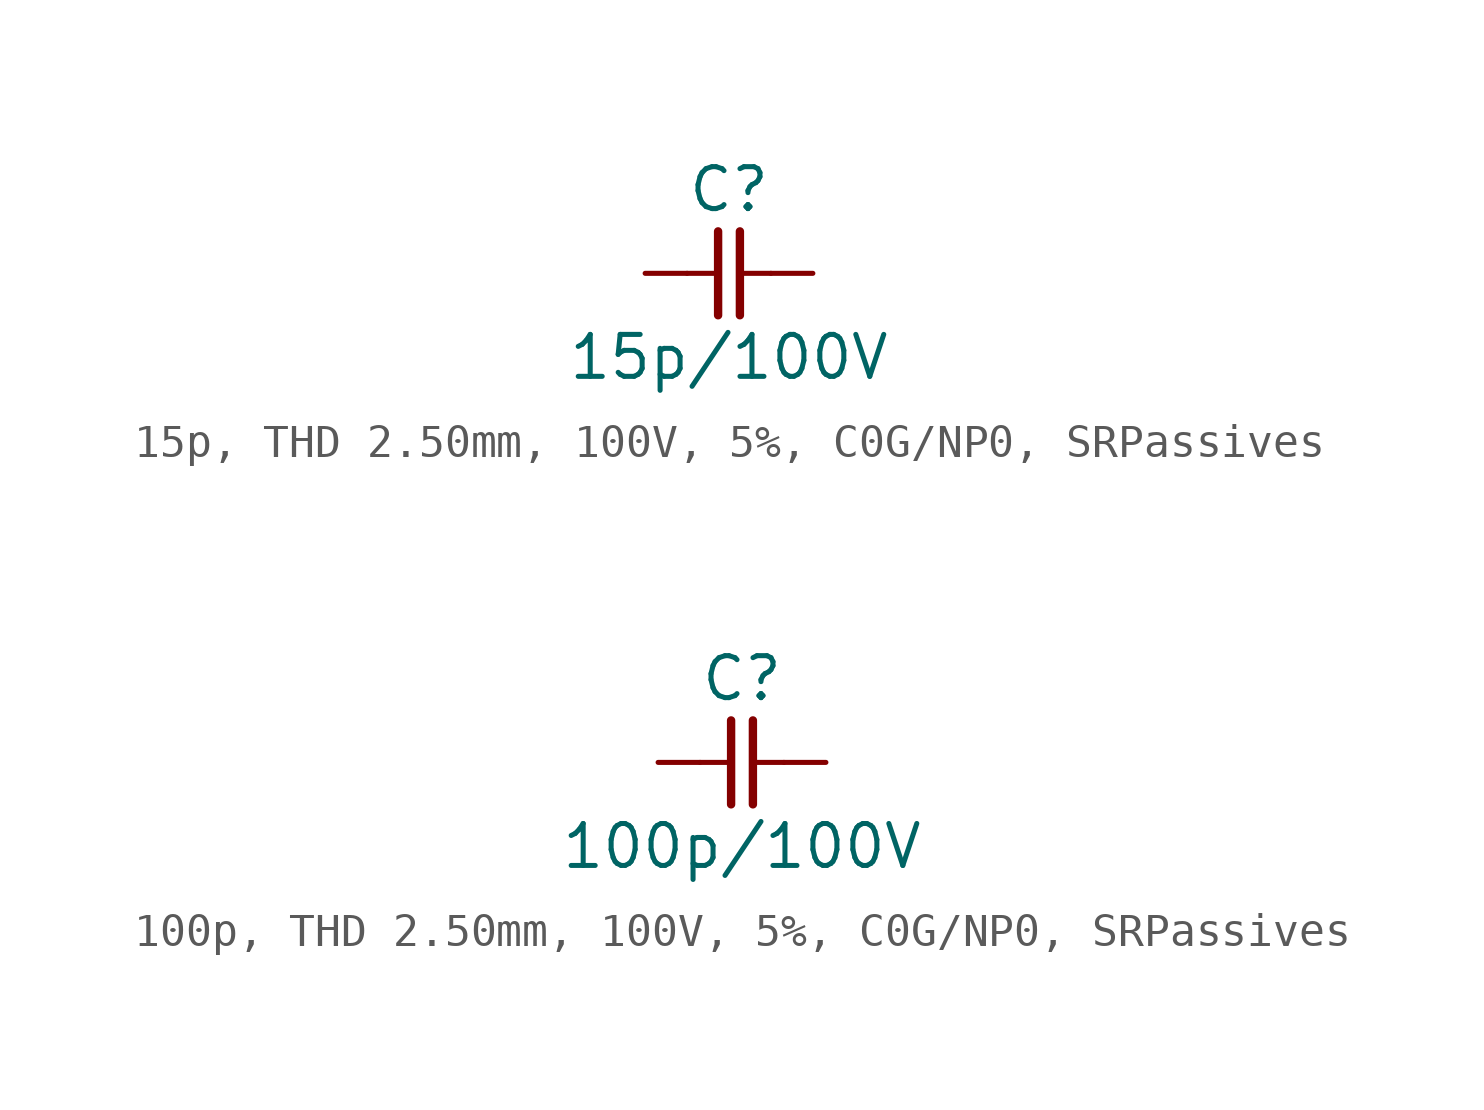
<source format=kicad_sym>
(kicad_symbol_lib
  (version 20241209)
  (generator "kicad_symbol_editor")
  (generator_version "9.0")
  (symbol "15p, THD 2.50mm, 100V, 5%, C0G/NP0, SRPassives"
    (pin_numbers
      (hide yes))
    (pin_names
      (offset 0)
      (hide yes))
    (property "Reference" "C"
      (at 0 2.54 0)
      (effects (font (size 1.27 1.27))))
    (property "Value" "15p/100V"
      (at 0 -2.54 0)
      (effects (font (size 1.27 1.27))))
    (symbol "15p, THD 2.50mm, 100V, 5%, C0G/NP0, SRPassives_0_1"
      (polyline (pts (xy -0.33 1.27) (xy -0.33 -1.27)) (stroke (width 0.254) (type default)) (fill (type none)))
      (polyline (pts (xy -0.318 0) (xy -1.27 0)) (stroke (width 0) (type default)) (fill (type none)))
      (polyline (pts (xy 0.33 1.27) (xy 0.33 -1.27)) (stroke (width 0.254) (type default)) (fill (type none)))
      (polyline (pts (xy 1.27 0) (xy 0.318 0)) (stroke (width 0) (type default)) (fill (type none))))
    (symbol "15p, THD 2.50mm, 100V, 5%, C0G/NP0, SRPassives_1_1"
      (pin passive line (at -2.54 0 0) (length 1.27) (name "1" (effects (font (size 1.27 1.27)))) (number "1" (effects (font (size 1.27 1.27)))))
      (pin passive line (at 2.54 0 180) (length 1.27) (name "2" (effects (font (size 1.27 1.27)))) (number "2" (effects (font (size 1.27 1.27)))))))
  (symbol "100p, THD 2.50mm, 100V, 5%, C0G/NP0, SRPassives"
    (pin_numbers
      (hide yes))
    (pin_names
      (offset 0)
      (hide yes))
    (property "Reference" "C"
      (at 0 2.54 0)
      (effects (font (size 1.27 1.27))))
    (property "Value" "100p/100V"
      (at 0 -2.54 0)
      (effects (font (size 1.27 1.27))))
    (symbol "100p, THD 2.50mm, 100V, 5%, C0G/NP0, SRPassives_0_1"
      (polyline (pts (xy -0.33 1.27) (xy -0.33 -1.27)) (stroke (width 0.254) (type default)) (fill (type none)))
      (polyline (pts (xy -0.318 0) (xy -1.27 0)) (stroke (width 0) (type default)) (fill (type none)))
      (polyline (pts (xy 0.33 1.27) (xy 0.33 -1.27)) (stroke (width 0.254) (type default)) (fill (type none)))
      (polyline (pts (xy 1.27 0) (xy 0.318 0)) (stroke (width 0) (type default)) (fill (type none))))
    (symbol "100p, THD 2.50mm, 100V, 5%, C0G/NP0, SRPassives_1_1"
      (pin passive line (at -2.54 0 0) (length 1.27) (name "1" (effects (font (size 1.27 1.27)))) (number "1" (effects (font (size 1.27 1.27)))))
      (pin passive line (at 2.54 0 180) (length 1.27) (name "2" (effects (font (size 1.27 1.27)))) (number "2" (effects (font (size 1.27 1.27))))))))
</source>
